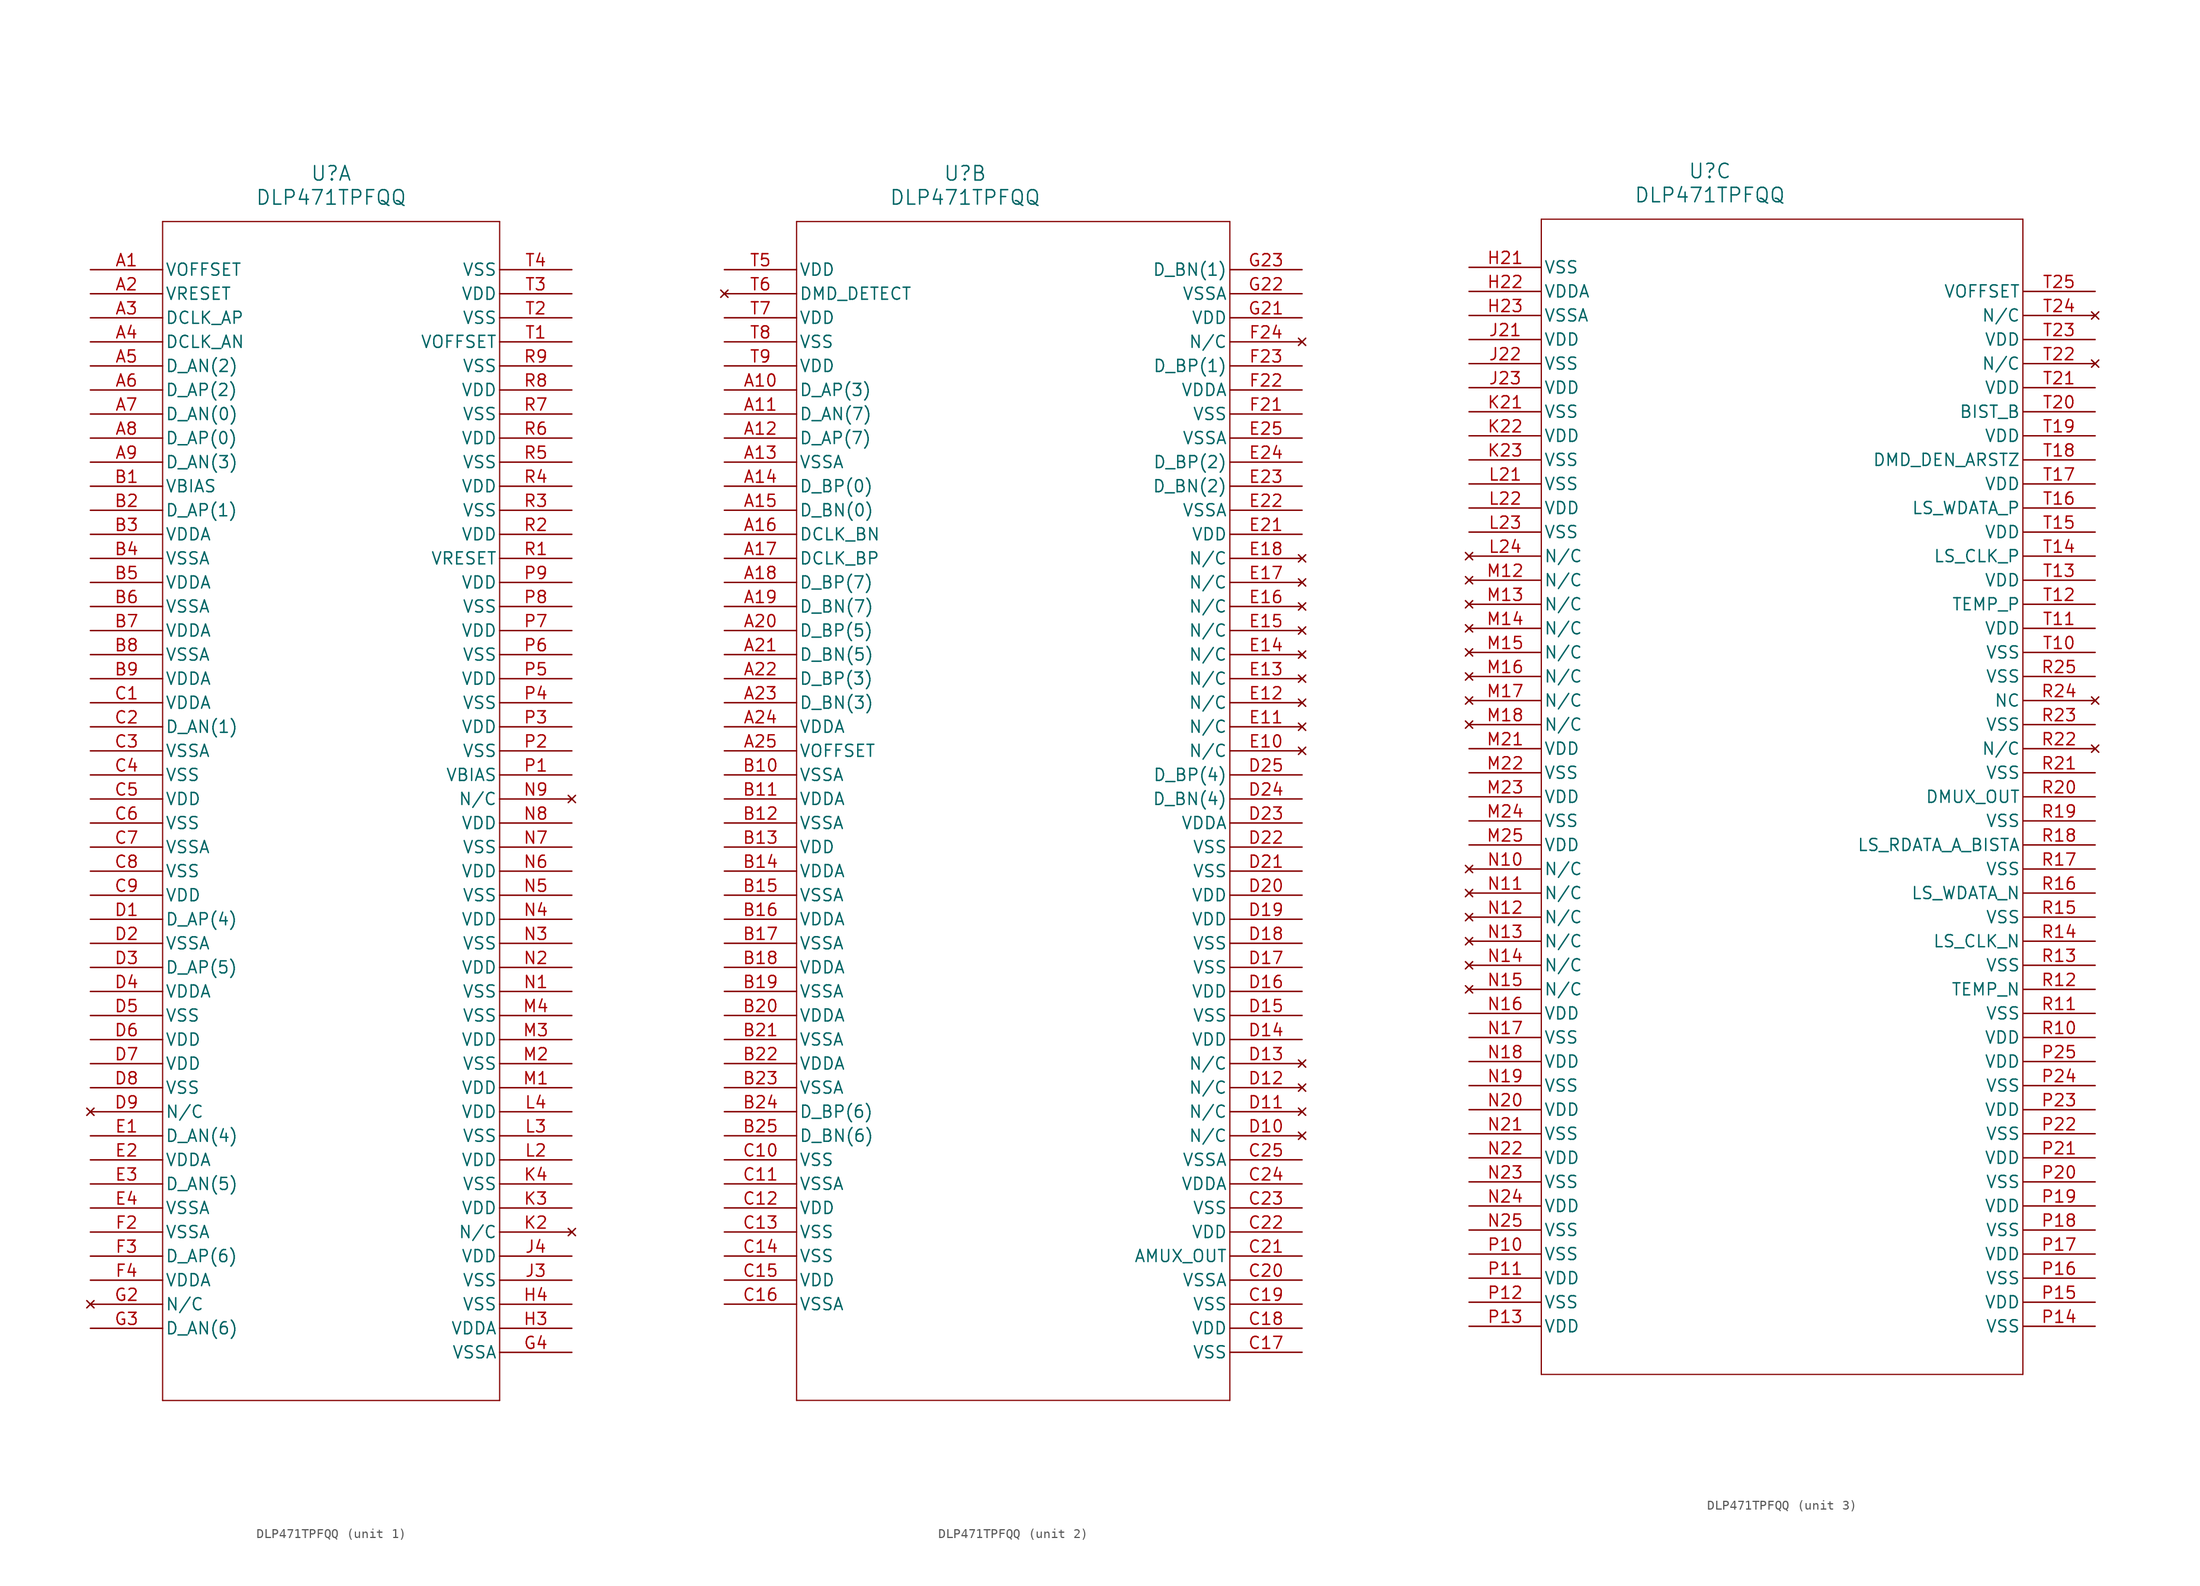
<source format=kicad_sym>
(kicad_symbol_lib
  (version 20211014)
  (generator kicad_symbol_editor)
  (symbol "DLP471TPFQQ"
    (pin_names
      (offset 0.254))
    (property "Reference" "U"
      (at 25.4 10.16 0)
      (effects (font (size 1.524 1.524))))
    (property "Value" "DLP471TPFQQ"
      (at 25.4 7.62 0)
      (effects (font (size 1.524 1.524))))
    (symbol "DLP471TPFQQ_1_1"
      (polyline (pts (xy 7.62 5.08) (xy 7.62 -119.38)) (stroke (width 0.127) (type default) (color 0 0 0 0)) (fill (type none)))
      (polyline (pts (xy 7.62 -119.38) (xy 43.18 -119.38)) (stroke (width 0.127) (type default) (color 0 0 0 0)) (fill (type none)))
      (polyline (pts (xy 43.18 -119.38) (xy 43.18 5.08)) (stroke (width 0.127) (type default) (color 0 0 0 0)) (fill (type none)))
      (polyline (pts (xy 43.18 5.08) (xy 7.62 5.08)) (stroke (width 0.127) (type default) (color 0 0 0 0)) (fill (type none)))
      (pin power_in line (at 0 0 0) (length 7.62) (name "VOFFSET" (effects (font (size 1.27 1.27)))) (number "A1" (effects (font (size 1.27 1.27)))))
      (pin power_in line (at 0 -2.54 0) (length 7.62) (name "VRESET" (effects (font (size 1.27 1.27)))) (number "A2" (effects (font (size 1.27 1.27)))))
      (pin input line (at 0 -5.08 0) (length 7.62) (name "DCLK_AP" (effects (font (size 1.27 1.27)))) (number "A3" (effects (font (size 1.27 1.27)))))
      (pin input line (at 0 -7.62 0) (length 7.62) (name "DCLK_AN" (effects (font (size 1.27 1.27)))) (number "A4" (effects (font (size 1.27 1.27)))))
      (pin input line (at 0 -10.16 0) (length 7.62) (name "D_AN(2)" (effects (font (size 1.27 1.27)))) (number "A5" (effects (font (size 1.27 1.27)))))
      (pin input line (at 0 -12.7 0) (length 7.62) (name "D_AP(2)" (effects (font (size 1.27 1.27)))) (number "A6" (effects (font (size 1.27 1.27)))))
      (pin input line (at 0 -15.24 0) (length 7.62) (name "D_AN(0)" (effects (font (size 1.27 1.27)))) (number "A7" (effects (font (size 1.27 1.27)))))
      (pin input line (at 0 -17.78 0) (length 7.62) (name "D_AP(0)" (effects (font (size 1.27 1.27)))) (number "A8" (effects (font (size 1.27 1.27)))))
      (pin input line (at 0 -20.32 0) (length 7.62) (name "D_AN(3)" (effects (font (size 1.27 1.27)))) (number "A9" (effects (font (size 1.27 1.27)))))
      (pin power_in line (at 0 -22.86 0) (length 7.62) (name "VBIAS" (effects (font (size 1.27 1.27)))) (number "B1" (effects (font (size 1.27 1.27)))))
      (pin input line (at 0 -25.4 0) (length 7.62) (name "D_AP(1)" (effects (font (size 1.27 1.27)))) (number "B2" (effects (font (size 1.27 1.27)))))
      (pin power_in line (at 0 -27.94 0) (length 7.62) (name "VDDA" (effects (font (size 1.27 1.27)))) (number "B3" (effects (font (size 1.27 1.27)))))
      (pin power_out line (at 0 -30.48 0) (length 7.62) (name "VSSA" (effects (font (size 1.27 1.27)))) (number "B4" (effects (font (size 1.27 1.27)))))
      (pin power_in line (at 0 -33.02 0) (length 7.62) (name "VDDA" (effects (font (size 1.27 1.27)))) (number "B5" (effects (font (size 1.27 1.27)))))
      (pin power_out line (at 0 -35.56 0) (length 7.62) (name "VSSA" (effects (font (size 1.27 1.27)))) (number "B6" (effects (font (size 1.27 1.27)))))
      (pin power_in line (at 0 -38.1 0) (length 7.62) (name "VDDA" (effects (font (size 1.27 1.27)))) (number "B7" (effects (font (size 1.27 1.27)))))
      (pin power_out line (at 0 -40.64 0) (length 7.62) (name "VSSA" (effects (font (size 1.27 1.27)))) (number "B8" (effects (font (size 1.27 1.27)))))
      (pin power_in line (at 0 -43.18 0) (length 7.62) (name "VDDA" (effects (font (size 1.27 1.27)))) (number "B9" (effects (font (size 1.27 1.27)))))
      (pin power_in line (at 0 -45.72 0) (length 7.62) (name "VDDA" (effects (font (size 1.27 1.27)))) (number "C1" (effects (font (size 1.27 1.27)))))
      (pin input line (at 0 -48.26 0) (length 7.62) (name "D_AN(1)" (effects (font (size 1.27 1.27)))) (number "C2" (effects (font (size 1.27 1.27)))))
      (pin power_out line (at 0 -50.8 0) (length 7.62) (name "VSSA" (effects (font (size 1.27 1.27)))) (number "C3" (effects (font (size 1.27 1.27)))))
      (pin power_out line (at 0 -53.34 0) (length 7.62) (name "VSS" (effects (font (size 1.27 1.27)))) (number "C4" (effects (font (size 1.27 1.27)))))
      (pin power_in line (at 0 -55.88 0) (length 7.62) (name "VDD" (effects (font (size 1.27 1.27)))) (number "C5" (effects (font (size 1.27 1.27)))))
      (pin power_out line (at 0 -58.42 0) (length 7.62) (name "VSS" (effects (font (size 1.27 1.27)))) (number "C6" (effects (font (size 1.27 1.27)))))
      (pin power_out line (at 0 -60.96 0) (length 7.62) (name "VSSA" (effects (font (size 1.27 1.27)))) (number "C7" (effects (font (size 1.27 1.27)))))
      (pin power_out line (at 0 -63.5 0) (length 7.62) (name "VSS" (effects (font (size 1.27 1.27)))) (number "C8" (effects (font (size 1.27 1.27)))))
      (pin power_in line (at 0 -66.04 0) (length 7.62) (name "VDD" (effects (font (size 1.27 1.27)))) (number "C9" (effects (font (size 1.27 1.27)))))
      (pin input line (at 0 -68.58 0) (length 7.62) (name "D_AP(4)" (effects (font (size 1.27 1.27)))) (number "D1" (effects (font (size 1.27 1.27)))))
      (pin power_out line (at 0 -71.12 0) (length 7.62) (name "VSSA" (effects (font (size 1.27 1.27)))) (number "D2" (effects (font (size 1.27 1.27)))))
      (pin input line (at 0 -73.66 0) (length 7.62) (name "D_AP(5)" (effects (font (size 1.27 1.27)))) (number "D3" (effects (font (size 1.27 1.27)))))
      (pin power_in line (at 0 -76.2 0) (length 7.62) (name "VDDA" (effects (font (size 1.27 1.27)))) (number "D4" (effects (font (size 1.27 1.27)))))
      (pin power_out line (at 0 -78.74 0) (length 7.62) (name "VSS" (effects (font (size 1.27 1.27)))) (number "D5" (effects (font (size 1.27 1.27)))))
      (pin power_in line (at 0 -81.28 0) (length 7.62) (name "VDD" (effects (font (size 1.27 1.27)))) (number "D6" (effects (font (size 1.27 1.27)))))
      (pin power_in line (at 0 -83.82 0) (length 7.62) (name "VDD" (effects (font (size 1.27 1.27)))) (number "D7" (effects (font (size 1.27 1.27)))))
      (pin power_out line (at 0 -86.36 0) (length 7.62) (name "VSS" (effects (font (size 1.27 1.27)))) (number "D8" (effects (font (size 1.27 1.27)))))
      (pin no_connect line (at 0 -88.9 0) (length 7.62) (name "N/C" (effects (font (size 1.27 1.27)))) (number "D9" (effects (font (size 1.27 1.27)))))
      (pin input line (at 0 -91.44 0) (length 7.62) (name "D_AN(4)" (effects (font (size 1.27 1.27)))) (number "E1" (effects (font (size 1.27 1.27)))))
      (pin power_in line (at 0 -93.98 0) (length 7.62) (name "VDDA" (effects (font (size 1.27 1.27)))) (number "E2" (effects (font (size 1.27 1.27)))))
      (pin input line (at 0 -96.52 0) (length 7.62) (name "D_AN(5)" (effects (font (size 1.27 1.27)))) (number "E3" (effects (font (size 1.27 1.27)))))
      (pin power_out line (at 0 -99.06 0) (length 7.62) (name "VSSA" (effects (font (size 1.27 1.27)))) (number "E4" (effects (font (size 1.27 1.27)))))
      (pin power_out line (at 0 -101.6 0) (length 7.62) (name "VSSA" (effects (font (size 1.27 1.27)))) (number "F2" (effects (font (size 1.27 1.27)))))
      (pin input line (at 0 -104.14 0) (length 7.62) (name "D_AP(6)" (effects (font (size 1.27 1.27)))) (number "F3" (effects (font (size 1.27 1.27)))))
      (pin power_in line (at 0 -106.68 0) (length 7.62) (name "VDDA" (effects (font (size 1.27 1.27)))) (number "F4" (effects (font (size 1.27 1.27)))))
      (pin no_connect line (at 0 -109.22 0) (length 7.62) (name "N/C" (effects (font (size 1.27 1.27)))) (number "G2" (effects (font (size 1.27 1.27)))))
      (pin input line (at 0 -111.76 0) (length 7.62) (name "D_AN(6)" (effects (font (size 1.27 1.27)))) (number "G3" (effects (font (size 1.27 1.27)))))
      (pin power_out line (at 50.8 -114.3 180) (length 7.62) (name "VSSA" (effects (font (size 1.27 1.27)))) (number "G4" (effects (font (size 1.27 1.27)))))
      (pin power_in line (at 50.8 -111.76 180) (length 7.62) (name "VDDA" (effects (font (size 1.27 1.27)))) (number "H3" (effects (font (size 1.27 1.27)))))
      (pin power_out line (at 50.8 -109.22 180) (length 7.62) (name "VSS" (effects (font (size 1.27 1.27)))) (number "H4" (effects (font (size 1.27 1.27)))))
      (pin power_out line (at 50.8 -106.68 180) (length 7.62) (name "VSS" (effects (font (size 1.27 1.27)))) (number "J3" (effects (font (size 1.27 1.27)))))
      (pin power_in line (at 50.8 -104.14 180) (length 7.62) (name "VDD" (effects (font (size 1.27 1.27)))) (number "J4" (effects (font (size 1.27 1.27)))))
      (pin no_connect line (at 50.8 -101.6 180) (length 7.62) (name "N/C" (effects (font (size 1.27 1.27)))) (number "K2" (effects (font (size 1.27 1.27)))))
      (pin power_in line (at 50.8 -99.06 180) (length 7.62) (name "VDD" (effects (font (size 1.27 1.27)))) (number "K3" (effects (font (size 1.27 1.27)))))
      (pin power_out line (at 50.8 -96.52 180) (length 7.62) (name "VSS" (effects (font (size 1.27 1.27)))) (number "K4" (effects (font (size 1.27 1.27)))))
      (pin power_in line (at 50.8 -93.98 180) (length 7.62) (name "VDD" (effects (font (size 1.27 1.27)))) (number "L2" (effects (font (size 1.27 1.27)))))
      (pin power_out line (at 50.8 -91.44 180) (length 7.62) (name "VSS" (effects (font (size 1.27 1.27)))) (number "L3" (effects (font (size 1.27 1.27)))))
      (pin power_in line (at 50.8 -88.9 180) (length 7.62) (name "VDD" (effects (font (size 1.27 1.27)))) (number "L4" (effects (font (size 1.27 1.27)))))
      (pin power_in line (at 50.8 -86.36 180) (length 7.62) (name "VDD" (effects (font (size 1.27 1.27)))) (number "M1" (effects (font (size 1.27 1.27)))))
      (pin power_out line (at 50.8 -83.82 180) (length 7.62) (name "VSS" (effects (font (size 1.27 1.27)))) (number "M2" (effects (font (size 1.27 1.27)))))
      (pin power_in line (at 50.8 -81.28 180) (length 7.62) (name "VDD" (effects (font (size 1.27 1.27)))) (number "M3" (effects (font (size 1.27 1.27)))))
      (pin power_out line (at 50.8 -78.74 180) (length 7.62) (name "VSS" (effects (font (size 1.27 1.27)))) (number "M4" (effects (font (size 1.27 1.27)))))
      (pin power_out line (at 50.8 -76.2 180) (length 7.62) (name "VSS" (effects (font (size 1.27 1.27)))) (number "N1" (effects (font (size 1.27 1.27)))))
      (pin power_in line (at 50.8 -73.66 180) (length 7.62) (name "VDD" (effects (font (size 1.27 1.27)))) (number "N2" (effects (font (size 1.27 1.27)))))
      (pin power_out line (at 50.8 -71.12 180) (length 7.62) (name "VSS" (effects (font (size 1.27 1.27)))) (number "N3" (effects (font (size 1.27 1.27)))))
      (pin power_in line (at 50.8 -68.58 180) (length 7.62) (name "VDD" (effects (font (size 1.27 1.27)))) (number "N4" (effects (font (size 1.27 1.27)))))
      (pin power_out line (at 50.8 -66.04 180) (length 7.62) (name "VSS" (effects (font (size 1.27 1.27)))) (number "N5" (effects (font (size 1.27 1.27)))))
      (pin power_in line (at 50.8 -63.5 180) (length 7.62) (name "VDD" (effects (font (size 1.27 1.27)))) (number "N6" (effects (font (size 1.27 1.27)))))
      (pin power_out line (at 50.8 -60.96 180) (length 7.62) (name "VSS" (effects (font (size 1.27 1.27)))) (number "N7" (effects (font (size 1.27 1.27)))))
      (pin power_in line (at 50.8 -58.42 180) (length 7.62) (name "VDD" (effects (font (size 1.27 1.27)))) (number "N8" (effects (font (size 1.27 1.27)))))
      (pin no_connect line (at 50.8 -55.88 180) (length 7.62) (name "N/C" (effects (font (size 1.27 1.27)))) (number "N9" (effects (font (size 1.27 1.27)))))
      (pin power_in line (at 50.8 -53.34 180) (length 7.62) (name "VBIAS" (effects (font (size 1.27 1.27)))) (number "P1" (effects (font (size 1.27 1.27)))))
      (pin power_out line (at 50.8 -50.8 180) (length 7.62) (name "VSS" (effects (font (size 1.27 1.27)))) (number "P2" (effects (font (size 1.27 1.27)))))
      (pin power_in line (at 50.8 -48.26 180) (length 7.62) (name "VDD" (effects (font (size 1.27 1.27)))) (number "P3" (effects (font (size 1.27 1.27)))))
      (pin power_out line (at 50.8 -45.72 180) (length 7.62) (name "VSS" (effects (font (size 1.27 1.27)))) (number "P4" (effects (font (size 1.27 1.27)))))
      (pin power_in line (at 50.8 -43.18 180) (length 7.62) (name "VDD" (effects (font (size 1.27 1.27)))) (number "P5" (effects (font (size 1.27 1.27)))))
      (pin power_out line (at 50.8 -40.64 180) (length 7.62) (name "VSS" (effects (font (size 1.27 1.27)))) (number "P6" (effects (font (size 1.27 1.27)))))
      (pin power_in line (at 50.8 -38.1 180) (length 7.62) (name "VDD" (effects (font (size 1.27 1.27)))) (number "P7" (effects (font (size 1.27 1.27)))))
      (pin power_out line (at 50.8 -35.56 180) (length 7.62) (name "VSS" (effects (font (size 1.27 1.27)))) (number "P8" (effects (font (size 1.27 1.27)))))
      (pin power_in line (at 50.8 -33.02 180) (length 7.62) (name "VDD" (effects (font (size 1.27 1.27)))) (number "P9" (effects (font (size 1.27 1.27)))))
      (pin power_in line (at 50.8 -30.48 180) (length 7.62) (name "VRESET" (effects (font (size 1.27 1.27)))) (number "R1" (effects (font (size 1.27 1.27)))))
      (pin power_in line (at 50.8 -27.94 180) (length 7.62) (name "VDD" (effects (font (size 1.27 1.27)))) (number "R2" (effects (font (size 1.27 1.27)))))
      (pin power_out line (at 50.8 -25.4 180) (length 7.62) (name "VSS" (effects (font (size 1.27 1.27)))) (number "R3" (effects (font (size 1.27 1.27)))))
      (pin power_in line (at 50.8 -22.86 180) (length 7.62) (name "VDD" (effects (font (size 1.27 1.27)))) (number "R4" (effects (font (size 1.27 1.27)))))
      (pin power_out line (at 50.8 -20.32 180) (length 7.62) (name "VSS" (effects (font (size 1.27 1.27)))) (number "R5" (effects (font (size 1.27 1.27)))))
      (pin power_in line (at 50.8 -17.78 180) (length 7.62) (name "VDD" (effects (font (size 1.27 1.27)))) (number "R6" (effects (font (size 1.27 1.27)))))
      (pin power_out line (at 50.8 -15.24 180) (length 7.62) (name "VSS" (effects (font (size 1.27 1.27)))) (number "R7" (effects (font (size 1.27 1.27)))))
      (pin power_in line (at 50.8 -12.7 180) (length 7.62) (name "VDD" (effects (font (size 1.27 1.27)))) (number "R8" (effects (font (size 1.27 1.27)))))
      (pin power_out line (at 50.8 -10.16 180) (length 7.62) (name "VSS" (effects (font (size 1.27 1.27)))) (number "R9" (effects (font (size 1.27 1.27)))))
      (pin power_in line (at 50.8 -7.62 180) (length 7.62) (name "VOFFSET" (effects (font (size 1.27 1.27)))) (number "T1" (effects (font (size 1.27 1.27)))))
      (pin power_out line (at 50.8 -5.08 180) (length 7.62) (name "VSS" (effects (font (size 1.27 1.27)))) (number "T2" (effects (font (size 1.27 1.27)))))
      (pin power_in line (at 50.8 -2.54 180) (length 7.62) (name "VDD" (effects (font (size 1.27 1.27)))) (number "T3" (effects (font (size 1.27 1.27)))))
      (pin power_out line (at 50.8 0 180) (length 7.62) (name "VSS" (effects (font (size 1.27 1.27)))) (number "T4" (effects (font (size 1.27 1.27))))))
    (symbol "DLP471TPFQQ_2_1"
      (polyline (pts (xy 7.62 5.08) (xy 7.62 -119.38)) (stroke (width 0.127) (type default) (color 0 0 0 0)) (fill (type none)))
      (polyline (pts (xy 7.62 -119.38) (xy 53.34 -119.38)) (stroke (width 0.127) (type default) (color 0 0 0 0)) (fill (type none)))
      (polyline (pts (xy 53.34 -119.38) (xy 53.34 5.08)) (stroke (width 0.127) (type default) (color 0 0 0 0)) (fill (type none)))
      (polyline (pts (xy 53.34 5.08) (xy 7.62 5.08)) (stroke (width 0.127) (type default) (color 0 0 0 0)) (fill (type none)))
      (pin power_in line (at 0 0 0) (length 7.62) (name "VDD" (effects (font (size 1.27 1.27)))) (number "T5" (effects (font (size 1.27 1.27)))))
      (pin no_connect line (at 0 -2.54 0) (length 7.62) (name "DMD_DETECT" (effects (font (size 1.27 1.27)))) (number "T6" (effects (font (size 1.27 1.27)))))
      (pin power_in line (at 0 -5.08 0) (length 7.62) (name "VDD" (effects (font (size 1.27 1.27)))) (number "T7" (effects (font (size 1.27 1.27)))))
      (pin power_out line (at 0 -7.62 0) (length 7.62) (name "VSS" (effects (font (size 1.27 1.27)))) (number "T8" (effects (font (size 1.27 1.27)))))
      (pin power_in line (at 0 -10.16 0) (length 7.62) (name "VDD" (effects (font (size 1.27 1.27)))) (number "T9" (effects (font (size 1.27 1.27)))))
      (pin input line (at 0 -12.7 0) (length 7.62) (name "D_AP(3)" (effects (font (size 1.27 1.27)))) (number "A10" (effects (font (size 1.27 1.27)))))
      (pin input line (at 0 -15.24 0) (length 7.62) (name "D_AN(7)" (effects (font (size 1.27 1.27)))) (number "A11" (effects (font (size 1.27 1.27)))))
      (pin input line (at 0 -17.78 0) (length 7.62) (name "D_AP(7)" (effects (font (size 1.27 1.27)))) (number "A12" (effects (font (size 1.27 1.27)))))
      (pin power_out line (at 0 -20.32 0) (length 7.62) (name "VSSA" (effects (font (size 1.27 1.27)))) (number "A13" (effects (font (size 1.27 1.27)))))
      (pin input line (at 0 -22.86 0) (length 7.62) (name "D_BP(0)" (effects (font (size 1.27 1.27)))) (number "A14" (effects (font (size 1.27 1.27)))))
      (pin input line (at 0 -25.4 0) (length 7.62) (name "D_BN(0)" (effects (font (size 1.27 1.27)))) (number "A15" (effects (font (size 1.27 1.27)))))
      (pin input line (at 0 -27.94 0) (length 7.62) (name "DCLK_BN" (effects (font (size 1.27 1.27)))) (number "A16" (effects (font (size 1.27 1.27)))))
      (pin input line (at 0 -30.48 0) (length 7.62) (name "DCLK_BP" (effects (font (size 1.27 1.27)))) (number "A17" (effects (font (size 1.27 1.27)))))
      (pin input line (at 0 -33.02 0) (length 7.62) (name "D_BP(7)" (effects (font (size 1.27 1.27)))) (number "A18" (effects (font (size 1.27 1.27)))))
      (pin input line (at 0 -35.56 0) (length 7.62) (name "D_BN(7)" (effects (font (size 1.27 1.27)))) (number "A19" (effects (font (size 1.27 1.27)))))
      (pin input line (at 0 -38.1 0) (length 7.62) (name "D_BP(5)" (effects (font (size 1.27 1.27)))) (number "A20" (effects (font (size 1.27 1.27)))))
      (pin input line (at 0 -40.64 0) (length 7.62) (name "D_BN(5)" (effects (font (size 1.27 1.27)))) (number "A21" (effects (font (size 1.27 1.27)))))
      (pin input line (at 0 -43.18 0) (length 7.62) (name "D_BP(3)" (effects (font (size 1.27 1.27)))) (number "A22" (effects (font (size 1.27 1.27)))))
      (pin input line (at 0 -45.72 0) (length 7.62) (name "D_BN(3)" (effects (font (size 1.27 1.27)))) (number "A23" (effects (font (size 1.27 1.27)))))
      (pin power_in line (at 0 -48.26 0) (length 7.62) (name "VDDA" (effects (font (size 1.27 1.27)))) (number "A24" (effects (font (size 1.27 1.27)))))
      (pin power_in line (at 0 -50.8 0) (length 7.62) (name "VOFFSET" (effects (font (size 1.27 1.27)))) (number "A25" (effects (font (size 1.27 1.27)))))
      (pin power_out line (at 0 -53.34 0) (length 7.62) (name "VSSA" (effects (font (size 1.27 1.27)))) (number "B10" (effects (font (size 1.27 1.27)))))
      (pin power_in line (at 0 -55.88 0) (length 7.62) (name "VDDA" (effects (font (size 1.27 1.27)))) (number "B11" (effects (font (size 1.27 1.27)))))
      (pin power_out line (at 0 -58.42 0) (length 7.62) (name "VSSA" (effects (font (size 1.27 1.27)))) (number "B12" (effects (font (size 1.27 1.27)))))
      (pin power_in line (at 0 -60.96 0) (length 7.62) (name "VDD" (effects (font (size 1.27 1.27)))) (number "B13" (effects (font (size 1.27 1.27)))))
      (pin power_in line (at 0 -63.5 0) (length 7.62) (name "VDDA" (effects (font (size 1.27 1.27)))) (number "B14" (effects (font (size 1.27 1.27)))))
      (pin power_out line (at 0 -66.04 0) (length 7.62) (name "VSSA" (effects (font (size 1.27 1.27)))) (number "B15" (effects (font (size 1.27 1.27)))))
      (pin power_in line (at 0 -68.58 0) (length 7.62) (name "VDDA" (effects (font (size 1.27 1.27)))) (number "B16" (effects (font (size 1.27 1.27)))))
      (pin power_out line (at 0 -71.12 0) (length 7.62) (name "VSSA" (effects (font (size 1.27 1.27)))) (number "B17" (effects (font (size 1.27 1.27)))))
      (pin power_in line (at 0 -73.66 0) (length 7.62) (name "VDDA" (effects (font (size 1.27 1.27)))) (number "B18" (effects (font (size 1.27 1.27)))))
      (pin power_out line (at 0 -76.2 0) (length 7.62) (name "VSSA" (effects (font (size 1.27 1.27)))) (number "B19" (effects (font (size 1.27 1.27)))))
      (pin power_in line (at 0 -78.74 0) (length 7.62) (name "VDDA" (effects (font (size 1.27 1.27)))) (number "B20" (effects (font (size 1.27 1.27)))))
      (pin power_out line (at 0 -81.28 0) (length 7.62) (name "VSSA" (effects (font (size 1.27 1.27)))) (number "B21" (effects (font (size 1.27 1.27)))))
      (pin power_in line (at 0 -83.82 0) (length 7.62) (name "VDDA" (effects (font (size 1.27 1.27)))) (number "B22" (effects (font (size 1.27 1.27)))))
      (pin power_out line (at 0 -86.36 0) (length 7.62) (name "VSSA" (effects (font (size 1.27 1.27)))) (number "B23" (effects (font (size 1.27 1.27)))))
      (pin input line (at 0 -88.9 0) (length 7.62) (name "D_BP(6)" (effects (font (size 1.27 1.27)))) (number "B24" (effects (font (size 1.27 1.27)))))
      (pin input line (at 0 -91.44 0) (length 7.62) (name "D_BN(6)" (effects (font (size 1.27 1.27)))) (number "B25" (effects (font (size 1.27 1.27)))))
      (pin power_out line (at 0 -93.98 0) (length 7.62) (name "VSS" (effects (font (size 1.27 1.27)))) (number "C10" (effects (font (size 1.27 1.27)))))
      (pin power_out line (at 0 -96.52 0) (length 7.62) (name "VSSA" (effects (font (size 1.27 1.27)))) (number "C11" (effects (font (size 1.27 1.27)))))
      (pin power_in line (at 0 -99.06 0) (length 7.62) (name "VDD" (effects (font (size 1.27 1.27)))) (number "C12" (effects (font (size 1.27 1.27)))))
      (pin power_out line (at 0 -101.6 0) (length 7.62) (name "VSS" (effects (font (size 1.27 1.27)))) (number "C13" (effects (font (size 1.27 1.27)))))
      (pin power_out line (at 0 -104.14 0) (length 7.62) (name "VSS" (effects (font (size 1.27 1.27)))) (number "C14" (effects (font (size 1.27 1.27)))))
      (pin power_in line (at 0 -106.68 0) (length 7.62) (name "VDD" (effects (font (size 1.27 1.27)))) (number "C15" (effects (font (size 1.27 1.27)))))
      (pin power_out line (at 0 -109.22 0) (length 7.62) (name "VSSA" (effects (font (size 1.27 1.27)))) (number "C16" (effects (font (size 1.27 1.27)))))
      (pin power_out line (at 60.96 -114.3 180) (length 7.62) (name "VSS" (effects (font (size 1.27 1.27)))) (number "C17" (effects (font (size 1.27 1.27)))))
      (pin power_in line (at 60.96 -111.76 180) (length 7.62) (name "VDD" (effects (font (size 1.27 1.27)))) (number "C18" (effects (font (size 1.27 1.27)))))
      (pin power_out line (at 60.96 -109.22 180) (length 7.62) (name "VSS" (effects (font (size 1.27 1.27)))) (number "C19" (effects (font (size 1.27 1.27)))))
      (pin power_out line (at 60.96 -106.68 180) (length 7.62) (name "VSSA" (effects (font (size 1.27 1.27)))) (number "C20" (effects (font (size 1.27 1.27)))))
      (pin output line (at 60.96 -104.14 180) (length 7.62) (name "AMUX_OUT" (effects (font (size 1.27 1.27)))) (number "C21" (effects (font (size 1.27 1.27)))))
      (pin power_in line (at 60.96 -101.6 180) (length 7.62) (name "VDD" (effects (font (size 1.27 1.27)))) (number "C22" (effects (font (size 1.27 1.27)))))
      (pin power_out line (at 60.96 -99.06 180) (length 7.62) (name "VSS" (effects (font (size 1.27 1.27)))) (number "C23" (effects (font (size 1.27 1.27)))))
      (pin power_in line (at 60.96 -96.52 180) (length 7.62) (name "VDDA" (effects (font (size 1.27 1.27)))) (number "C24" (effects (font (size 1.27 1.27)))))
      (pin power_out line (at 60.96 -93.98 180) (length 7.62) (name "VSSA" (effects (font (size 1.27 1.27)))) (number "C25" (effects (font (size 1.27 1.27)))))
      (pin no_connect line (at 60.96 -91.44 180) (length 7.62) (name "N/C" (effects (font (size 1.27 1.27)))) (number "D10" (effects (font (size 1.27 1.27)))))
      (pin no_connect line (at 60.96 -88.9 180) (length 7.62) (name "N/C" (effects (font (size 1.27 1.27)))) (number "D11" (effects (font (size 1.27 1.27)))))
      (pin no_connect line (at 60.96 -86.36 180) (length 7.62) (name "N/C" (effects (font (size 1.27 1.27)))) (number "D12" (effects (font (size 1.27 1.27)))))
      (pin no_connect line (at 60.96 -83.82 180) (length 7.62) (name "N/C" (effects (font (size 1.27 1.27)))) (number "D13" (effects (font (size 1.27 1.27)))))
      (pin power_in line (at 60.96 -81.28 180) (length 7.62) (name "VDD" (effects (font (size 1.27 1.27)))) (number "D14" (effects (font (size 1.27 1.27)))))
      (pin power_out line (at 60.96 -78.74 180) (length 7.62) (name "VSS" (effects (font (size 1.27 1.27)))) (number "D15" (effects (font (size 1.27 1.27)))))
      (pin power_in line (at 60.96 -76.2 180) (length 7.62) (name "VDD" (effects (font (size 1.27 1.27)))) (number "D16" (effects (font (size 1.27 1.27)))))
      (pin power_out line (at 60.96 -73.66 180) (length 7.62) (name "VSS" (effects (font (size 1.27 1.27)))) (number "D17" (effects (font (size 1.27 1.27)))))
      (pin power_out line (at 60.96 -71.12 180) (length 7.62) (name "VSS" (effects (font (size 1.27 1.27)))) (number "D18" (effects (font (size 1.27 1.27)))))
      (pin power_in line (at 60.96 -68.58 180) (length 7.62) (name "VDD" (effects (font (size 1.27 1.27)))) (number "D19" (effects (font (size 1.27 1.27)))))
      (pin power_in line (at 60.96 -66.04 180) (length 7.62) (name "VDD" (effects (font (size 1.27 1.27)))) (number "D20" (effects (font (size 1.27 1.27)))))
      (pin power_out line (at 60.96 -63.5 180) (length 7.62) (name "VSS" (effects (font (size 1.27 1.27)))) (number "D21" (effects (font (size 1.27 1.27)))))
      (pin power_out line (at 60.96 -60.96 180) (length 7.62) (name "VSS" (effects (font (size 1.27 1.27)))) (number "D22" (effects (font (size 1.27 1.27)))))
      (pin power_in line (at 60.96 -58.42 180) (length 7.62) (name "VDDA" (effects (font (size 1.27 1.27)))) (number "D23" (effects (font (size 1.27 1.27)))))
      (pin input line (at 60.96 -55.88 180) (length 7.62) (name "D_BN(4)" (effects (font (size 1.27 1.27)))) (number "D24" (effects (font (size 1.27 1.27)))))
      (pin input line (at 60.96 -53.34 180) (length 7.62) (name "D_BP(4)" (effects (font (size 1.27 1.27)))) (number "D25" (effects (font (size 1.27 1.27)))))
      (pin no_connect line (at 60.96 -50.8 180) (length 7.62) (name "N/C" (effects (font (size 1.27 1.27)))) (number "E10" (effects (font (size 1.27 1.27)))))
      (pin no_connect line (at 60.96 -48.26 180) (length 7.62) (name "N/C" (effects (font (size 1.27 1.27)))) (number "E11" (effects (font (size 1.27 1.27)))))
      (pin no_connect line (at 60.96 -45.72 180) (length 7.62) (name "N/C" (effects (font (size 1.27 1.27)))) (number "E12" (effects (font (size 1.27 1.27)))))
      (pin no_connect line (at 60.96 -43.18 180) (length 7.62) (name "N/C" (effects (font (size 1.27 1.27)))) (number "E13" (effects (font (size 1.27 1.27)))))
      (pin no_connect line (at 60.96 -40.64 180) (length 7.62) (name "N/C" (effects (font (size 1.27 1.27)))) (number "E14" (effects (font (size 1.27 1.27)))))
      (pin no_connect line (at 60.96 -38.1 180) (length 7.62) (name "N/C" (effects (font (size 1.27 1.27)))) (number "E15" (effects (font (size 1.27 1.27)))))
      (pin no_connect line (at 60.96 -35.56 180) (length 7.62) (name "N/C" (effects (font (size 1.27 1.27)))) (number "E16" (effects (font (size 1.27 1.27)))))
      (pin no_connect line (at 60.96 -33.02 180) (length 7.62) (name "N/C" (effects (font (size 1.27 1.27)))) (number "E17" (effects (font (size 1.27 1.27)))))
      (pin no_connect line (at 60.96 -30.48 180) (length 7.62) (name "N/C" (effects (font (size 1.27 1.27)))) (number "E18" (effects (font (size 1.27 1.27)))))
      (pin power_in line (at 60.96 -27.94 180) (length 7.62) (name "VDD" (effects (font (size 1.27 1.27)))) (number "E21" (effects (font (size 1.27 1.27)))))
      (pin power_out line (at 60.96 -25.4 180) (length 7.62) (name "VSSA" (effects (font (size 1.27 1.27)))) (number "E22" (effects (font (size 1.27 1.27)))))
      (pin input line (at 60.96 -22.86 180) (length 7.62) (name "D_BN(2)" (effects (font (size 1.27 1.27)))) (number "E23" (effects (font (size 1.27 1.27)))))
      (pin input line (at 60.96 -20.32 180) (length 7.62) (name "D_BP(2)" (effects (font (size 1.27 1.27)))) (number "E24" (effects (font (size 1.27 1.27)))))
      (pin power_out line (at 60.96 -17.78 180) (length 7.62) (name "VSSA" (effects (font (size 1.27 1.27)))) (number "E25" (effects (font (size 1.27 1.27)))))
      (pin power_out line (at 60.96 -15.24 180) (length 7.62) (name "VSS" (effects (font (size 1.27 1.27)))) (number "F21" (effects (font (size 1.27 1.27)))))
      (pin power_in line (at 60.96 -12.7 180) (length 7.62) (name "VDDA" (effects (font (size 1.27 1.27)))) (number "F22" (effects (font (size 1.27 1.27)))))
      (pin input line (at 60.96 -10.16 180) (length 7.62) (name "D_BP(1)" (effects (font (size 1.27 1.27)))) (number "F23" (effects (font (size 1.27 1.27)))))
      (pin no_connect line (at 60.96 -7.62 180) (length 7.62) (name "N/C" (effects (font (size 1.27 1.27)))) (number "F24" (effects (font (size 1.27 1.27)))))
      (pin power_in line (at 60.96 -5.08 180) (length 7.62) (name "VDD" (effects (font (size 1.27 1.27)))) (number "G21" (effects (font (size 1.27 1.27)))))
      (pin power_out line (at 60.96 -2.54 180) (length 7.62) (name "VSSA" (effects (font (size 1.27 1.27)))) (number "G22" (effects (font (size 1.27 1.27)))))
      (pin input line (at 60.96 0 180) (length 7.62) (name "D_BN(1)" (effects (font (size 1.27 1.27)))) (number "G23" (effects (font (size 1.27 1.27))))))
    (symbol "DLP471TPFQQ_3_1"
      (polyline (pts (xy 7.62 5.08) (xy 7.62 -116.84)) (stroke (width 0.127) (type default) (color 0 0 0 0)) (fill (type none)))
      (polyline (pts (xy 7.62 -116.84) (xy 58.42 -116.84)) (stroke (width 0.127) (type default) (color 0 0 0 0)) (fill (type none)))
      (polyline (pts (xy 58.42 -116.84) (xy 58.42 5.08)) (stroke (width 0.127) (type default) (color 0 0 0 0)) (fill (type none)))
      (polyline (pts (xy 58.42 5.08) (xy 7.62 5.08)) (stroke (width 0.127) (type default) (color 0 0 0 0)) (fill (type none)))
      (pin power_out line (at 0 0 0) (length 7.62) (name "VSS" (effects (font (size 1.27 1.27)))) (number "H21" (effects (font (size 1.27 1.27)))))
      (pin power_in line (at 0 -2.54 0) (length 7.62) (name "VDDA" (effects (font (size 1.27 1.27)))) (number "H22" (effects (font (size 1.27 1.27)))))
      (pin power_out line (at 0 -5.08 0) (length 7.62) (name "VSSA" (effects (font (size 1.27 1.27)))) (number "H23" (effects (font (size 1.27 1.27)))))
      (pin power_in line (at 0 -7.62 0) (length 7.62) (name "VDD" (effects (font (size 1.27 1.27)))) (number "J21" (effects (font (size 1.27 1.27)))))
      (pin power_out line (at 0 -10.16 0) (length 7.62) (name "VSS" (effects (font (size 1.27 1.27)))) (number "J22" (effects (font (size 1.27 1.27)))))
      (pin power_in line (at 0 -12.7 0) (length 7.62) (name "VDD" (effects (font (size 1.27 1.27)))) (number "J23" (effects (font (size 1.27 1.27)))))
      (pin power_out line (at 0 -15.24 0) (length 7.62) (name "VSS" (effects (font (size 1.27 1.27)))) (number "K21" (effects (font (size 1.27 1.27)))))
      (pin power_in line (at 0 -17.78 0) (length 7.62) (name "VDD" (effects (font (size 1.27 1.27)))) (number "K22" (effects (font (size 1.27 1.27)))))
      (pin power_out line (at 0 -20.32 0) (length 7.62) (name "VSS" (effects (font (size 1.27 1.27)))) (number "K23" (effects (font (size 1.27 1.27)))))
      (pin power_out line (at 0 -22.86 0) (length 7.62) (name "VSS" (effects (font (size 1.27 1.27)))) (number "L21" (effects (font (size 1.27 1.27)))))
      (pin power_in line (at 0 -25.4 0) (length 7.62) (name "VDD" (effects (font (size 1.27 1.27)))) (number "L22" (effects (font (size 1.27 1.27)))))
      (pin power_out line (at 0 -27.94 0) (length 7.62) (name "VSS" (effects (font (size 1.27 1.27)))) (number "L23" (effects (font (size 1.27 1.27)))))
      (pin no_connect line (at 0 -30.48 0) (length 7.62) (name "N/C" (effects (font (size 1.27 1.27)))) (number "L24" (effects (font (size 1.27 1.27)))))
      (pin no_connect line (at 0 -33.02 0) (length 7.62) (name "N/C" (effects (font (size 1.27 1.27)))) (number "M12" (effects (font (size 1.27 1.27)))))
      (pin no_connect line (at 0 -35.56 0) (length 7.62) (name "N/C" (effects (font (size 1.27 1.27)))) (number "M13" (effects (font (size 1.27 1.27)))))
      (pin no_connect line (at 0 -38.1 0) (length 7.62) (name "N/C" (effects (font (size 1.27 1.27)))) (number "M14" (effects (font (size 1.27 1.27)))))
      (pin no_connect line (at 0 -40.64 0) (length 7.62) (name "N/C" (effects (font (size 1.27 1.27)))) (number "M15" (effects (font (size 1.27 1.27)))))
      (pin no_connect line (at 0 -43.18 0) (length 7.62) (name "N/C" (effects (font (size 1.27 1.27)))) (number "M16" (effects (font (size 1.27 1.27)))))
      (pin no_connect line (at 0 -45.72 0) (length 7.62) (name "N/C" (effects (font (size 1.27 1.27)))) (number "M17" (effects (font (size 1.27 1.27)))))
      (pin no_connect line (at 0 -48.26 0) (length 7.62) (name "N/C" (effects (font (size 1.27 1.27)))) (number "M18" (effects (font (size 1.27 1.27)))))
      (pin power_in line (at 0 -50.8 0) (length 7.62) (name "VDD" (effects (font (size 1.27 1.27)))) (number "M21" (effects (font (size 1.27 1.27)))))
      (pin power_out line (at 0 -53.34 0) (length 7.62) (name "VSS" (effects (font (size 1.27 1.27)))) (number "M22" (effects (font (size 1.27 1.27)))))
      (pin power_in line (at 0 -55.88 0) (length 7.62) (name "VDD" (effects (font (size 1.27 1.27)))) (number "M23" (effects (font (size 1.27 1.27)))))
      (pin power_out line (at 0 -58.42 0) (length 7.62) (name "VSS" (effects (font (size 1.27 1.27)))) (number "M24" (effects (font (size 1.27 1.27)))))
      (pin power_in line (at 0 -60.96 0) (length 7.62) (name "VDD" (effects (font (size 1.27 1.27)))) (number "M25" (effects (font (size 1.27 1.27)))))
      (pin no_connect line (at 0 -63.5 0) (length 7.62) (name "N/C" (effects (font (size 1.27 1.27)))) (number "N10" (effects (font (size 1.27 1.27)))))
      (pin no_connect line (at 0 -66.04 0) (length 7.62) (name "N/C" (effects (font (size 1.27 1.27)))) (number "N11" (effects (font (size 1.27 1.27)))))
      (pin no_connect line (at 0 -68.58 0) (length 7.62) (name "N/C" (effects (font (size 1.27 1.27)))) (number "N12" (effects (font (size 1.27 1.27)))))
      (pin no_connect line (at 0 -71.12 0) (length 7.62) (name "N/C" (effects (font (size 1.27 1.27)))) (number "N13" (effects (font (size 1.27 1.27)))))
      (pin no_connect line (at 0 -73.66 0) (length 7.62) (name "N/C" (effects (font (size 1.27 1.27)))) (number "N14" (effects (font (size 1.27 1.27)))))
      (pin no_connect line (at 0 -76.2 0) (length 7.62) (name "N/C" (effects (font (size 1.27 1.27)))) (number "N15" (effects (font (size 1.27 1.27)))))
      (pin power_in line (at 0 -78.74 0) (length 7.62) (name "VDD" (effects (font (size 1.27 1.27)))) (number "N16" (effects (font (size 1.27 1.27)))))
      (pin power_out line (at 0 -81.28 0) (length 7.62) (name "VSS" (effects (font (size 1.27 1.27)))) (number "N17" (effects (font (size 1.27 1.27)))))
      (pin power_in line (at 0 -83.82 0) (length 7.62) (name "VDD" (effects (font (size 1.27 1.27)))) (number "N18" (effects (font (size 1.27 1.27)))))
      (pin power_out line (at 0 -86.36 0) (length 7.62) (name "VSS" (effects (font (size 1.27 1.27)))) (number "N19" (effects (font (size 1.27 1.27)))))
      (pin power_in line (at 0 -88.9 0) (length 7.62) (name "VDD" (effects (font (size 1.27 1.27)))) (number "N20" (effects (font (size 1.27 1.27)))))
      (pin power_out line (at 0 -91.44 0) (length 7.62) (name "VSS" (effects (font (size 1.27 1.27)))) (number "N21" (effects (font (size 1.27 1.27)))))
      (pin power_in line (at 0 -93.98 0) (length 7.62) (name "VDD" (effects (font (size 1.27 1.27)))) (number "N22" (effects (font (size 1.27 1.27)))))
      (pin power_out line (at 0 -96.52 0) (length 7.62) (name "VSS" (effects (font (size 1.27 1.27)))) (number "N23" (effects (font (size 1.27 1.27)))))
      (pin power_in line (at 0 -99.06 0) (length 7.62) (name "VDD" (effects (font (size 1.27 1.27)))) (number "N24" (effects (font (size 1.27 1.27)))))
      (pin power_out line (at 0 -101.6 0) (length 7.62) (name "VSS" (effects (font (size 1.27 1.27)))) (number "N25" (effects (font (size 1.27 1.27)))))
      (pin power_out line (at 0 -104.14 0) (length 7.62) (name "VSS" (effects (font (size 1.27 1.27)))) (number "P10" (effects (font (size 1.27 1.27)))))
      (pin power_in line (at 0 -106.68 0) (length 7.62) (name "VDD" (effects (font (size 1.27 1.27)))) (number "P11" (effects (font (size 1.27 1.27)))))
      (pin power_out line (at 0 -109.22 0) (length 7.62) (name "VSS" (effects (font (size 1.27 1.27)))) (number "P12" (effects (font (size 1.27 1.27)))))
      (pin power_in line (at 0 -111.76 0) (length 7.62) (name "VDD" (effects (font (size 1.27 1.27)))) (number "P13" (effects (font (size 1.27 1.27)))))
      (pin power_out line (at 66.04 -111.76 180) (length 7.62) (name "VSS" (effects (font (size 1.27 1.27)))) (number "P14" (effects (font (size 1.27 1.27)))))
      (pin power_in line (at 66.04 -109.22 180) (length 7.62) (name "VDD" (effects (font (size 1.27 1.27)))) (number "P15" (effects (font (size 1.27 1.27)))))
      (pin power_out line (at 66.04 -106.68 180) (length 7.62) (name "VSS" (effects (font (size 1.27 1.27)))) (number "P16" (effects (font (size 1.27 1.27)))))
      (pin power_in line (at 66.04 -104.14 180) (length 7.62) (name "VDD" (effects (font (size 1.27 1.27)))) (number "P17" (effects (font (size 1.27 1.27)))))
      (pin power_out line (at 66.04 -101.6 180) (length 7.62) (name "VSS" (effects (font (size 1.27 1.27)))) (number "P18" (effects (font (size 1.27 1.27)))))
      (pin power_in line (at 66.04 -99.06 180) (length 7.62) (name "VDD" (effects (font (size 1.27 1.27)))) (number "P19" (effects (font (size 1.27 1.27)))))
      (pin power_out line (at 66.04 -96.52 180) (length 7.62) (name "VSS" (effects (font (size 1.27 1.27)))) (number "P20" (effects (font (size 1.27 1.27)))))
      (pin power_in line (at 66.04 -93.98 180) (length 7.62) (name "VDD" (effects (font (size 1.27 1.27)))) (number "P21" (effects (font (size 1.27 1.27)))))
      (pin power_out line (at 66.04 -91.44 180) (length 7.62) (name "VSS" (effects (font (size 1.27 1.27)))) (number "P22" (effects (font (size 1.27 1.27)))))
      (pin power_in line (at 66.04 -88.9 180) (length 7.62) (name "VDD" (effects (font (size 1.27 1.27)))) (number "P23" (effects (font (size 1.27 1.27)))))
      (pin power_out line (at 66.04 -86.36 180) (length 7.62) (name "VSS" (effects (font (size 1.27 1.27)))) (number "P24" (effects (font (size 1.27 1.27)))))
      (pin power_in line (at 66.04 -83.82 180) (length 7.62) (name "VDD" (effects (font (size 1.27 1.27)))) (number "P25" (effects (font (size 1.27 1.27)))))
      (pin power_in line (at 66.04 -81.28 180) (length 7.62) (name "VDD" (effects (font (size 1.27 1.27)))) (number "R10" (effects (font (size 1.27 1.27)))))
      (pin power_out line (at 66.04 -78.74 180) (length 7.62) (name "VSS" (effects (font (size 1.27 1.27)))) (number "R11" (effects (font (size 1.27 1.27)))))
      (pin input line (at 66.04 -76.2 180) (length 7.62) (name "TEMP_N" (effects (font (size 1.27 1.27)))) (number "R12" (effects (font (size 1.27 1.27)))))
      (pin power_out line (at 66.04 -73.66 180) (length 7.62) (name "VSS" (effects (font (size 1.27 1.27)))) (number "R13" (effects (font (size 1.27 1.27)))))
      (pin input line (at 66.04 -71.12 180) (length 7.62) (name "LS_CLK_N" (effects (font (size 1.27 1.27)))) (number "R14" (effects (font (size 1.27 1.27)))))
      (pin power_out line (at 66.04 -68.58 180) (length 7.62) (name "VSS" (effects (font (size 1.27 1.27)))) (number "R15" (effects (font (size 1.27 1.27)))))
      (pin input line (at 66.04 -66.04 180) (length 7.62) (name "LS_WDATA_N" (effects (font (size 1.27 1.27)))) (number "R16" (effects (font (size 1.27 1.27)))))
      (pin power_out line (at 66.04 -63.5 180) (length 7.62) (name "VSS" (effects (font (size 1.27 1.27)))) (number "R17" (effects (font (size 1.27 1.27)))))
      (pin output line (at 66.04 -60.96 180) (length 7.62) (name "LS_RDATA_A_BISTA" (effects (font (size 1.27 1.27)))) (number "R18" (effects (font (size 1.27 1.27)))))
      (pin power_out line (at 66.04 -58.42 180) (length 7.62) (name "VSS" (effects (font (size 1.27 1.27)))) (number "R19" (effects (font (size 1.27 1.27)))))
      (pin output line (at 66.04 -55.88 180) (length 7.62) (name "DMUX_OUT" (effects (font (size 1.27 1.27)))) (number "R20" (effects (font (size 1.27 1.27)))))
      (pin power_out line (at 66.04 -53.34 180) (length 7.62) (name "VSS" (effects (font (size 1.27 1.27)))) (number "R21" (effects (font (size 1.27 1.27)))))
      (pin no_connect line (at 66.04 -50.8 180) (length 7.62) (name "N/C" (effects (font (size 1.27 1.27)))) (number "R22" (effects (font (size 1.27 1.27)))))
      (pin power_out line (at 66.04 -48.26 180) (length 7.62) (name "VSS" (effects (font (size 1.27 1.27)))) (number "R23" (effects (font (size 1.27 1.27)))))
      (pin no_connect line (at 66.04 -45.72 180) (length 7.62) (name "NC" (effects (font (size 1.27 1.27)))) (number "R24" (effects (font (size 1.27 1.27)))))
      (pin power_out line (at 66.04 -43.18 180) (length 7.62) (name "VSS" (effects (font (size 1.27 1.27)))) (number "R25" (effects (font (size 1.27 1.27)))))
      (pin power_out line (at 66.04 -40.64 180) (length 7.62) (name "VSS" (effects (font (size 1.27 1.27)))) (number "T10" (effects (font (size 1.27 1.27)))))
      (pin power_in line (at 66.04 -38.1 180) (length 7.62) (name "VDD" (effects (font (size 1.27 1.27)))) (number "T11" (effects (font (size 1.27 1.27)))))
      (pin input line (at 66.04 -35.56 180) (length 7.62) (name "TEMP_P" (effects (font (size 1.27 1.27)))) (number "T12" (effects (font (size 1.27 1.27)))))
      (pin power_in line (at 66.04 -33.02 180) (length 7.62) (name "VDD" (effects (font (size 1.27 1.27)))) (number "T13" (effects (font (size 1.27 1.27)))))
      (pin input line (at 66.04 -30.48 180) (length 7.62) (name "LS_CLK_P" (effects (font (size 1.27 1.27)))) (number "T14" (effects (font (size 1.27 1.27)))))
      (pin power_in line (at 66.04 -27.94 180) (length 7.62) (name "VDD" (effects (font (size 1.27 1.27)))) (number "T15" (effects (font (size 1.27 1.27)))))
      (pin input line (at 66.04 -25.4 180) (length 7.62) (name "LS_WDATA_P" (effects (font (size 1.27 1.27)))) (number "T16" (effects (font (size 1.27 1.27)))))
      (pin power_in line (at 66.04 -22.86 180) (length 7.62) (name "VDD" (effects (font (size 1.27 1.27)))) (number "T17" (effects (font (size 1.27 1.27)))))
      (pin input line (at 66.04 -20.32 180) (length 7.62) (name "DMD_DEN_ARSTZ" (effects (font (size 1.27 1.27)))) (number "T18" (effects (font (size 1.27 1.27)))))
      (pin power_in line (at 66.04 -17.78 180) (length 7.62) (name "VDD" (effects (font (size 1.27 1.27)))) (number "T19" (effects (font (size 1.27 1.27)))))
      (pin output line (at 66.04 -15.24 180) (length 7.62) (name "BIST_B" (effects (font (size 1.27 1.27)))) (number "T20" (effects (font (size 1.27 1.27)))))
      (pin power_in line (at 66.04 -12.7 180) (length 7.62) (name "VDD" (effects (font (size 1.27 1.27)))) (number "T21" (effects (font (size 1.27 1.27)))))
      (pin no_connect line (at 66.04 -10.16 180) (length 7.62) (name "N/C" (effects (font (size 1.27 1.27)))) (number "T22" (effects (font (size 1.27 1.27)))))
      (pin power_in line (at 66.04 -7.62 180) (length 7.62) (name "VDD" (effects (font (size 1.27 1.27)))) (number "T23" (effects (font (size 1.27 1.27)))))
      (pin no_connect line (at 66.04 -5.08 180) (length 7.62) (name "N/C" (effects (font (size 1.27 1.27)))) (number "T24" (effects (font (size 1.27 1.27)))))
      (pin power_in line (at 66.04 -2.54 180) (length 7.62) (name "VOFFSET" (effects (font (size 1.27 1.27)))) (number "T25" (effects (font (size 1.27 1.27))))))))
</source>
